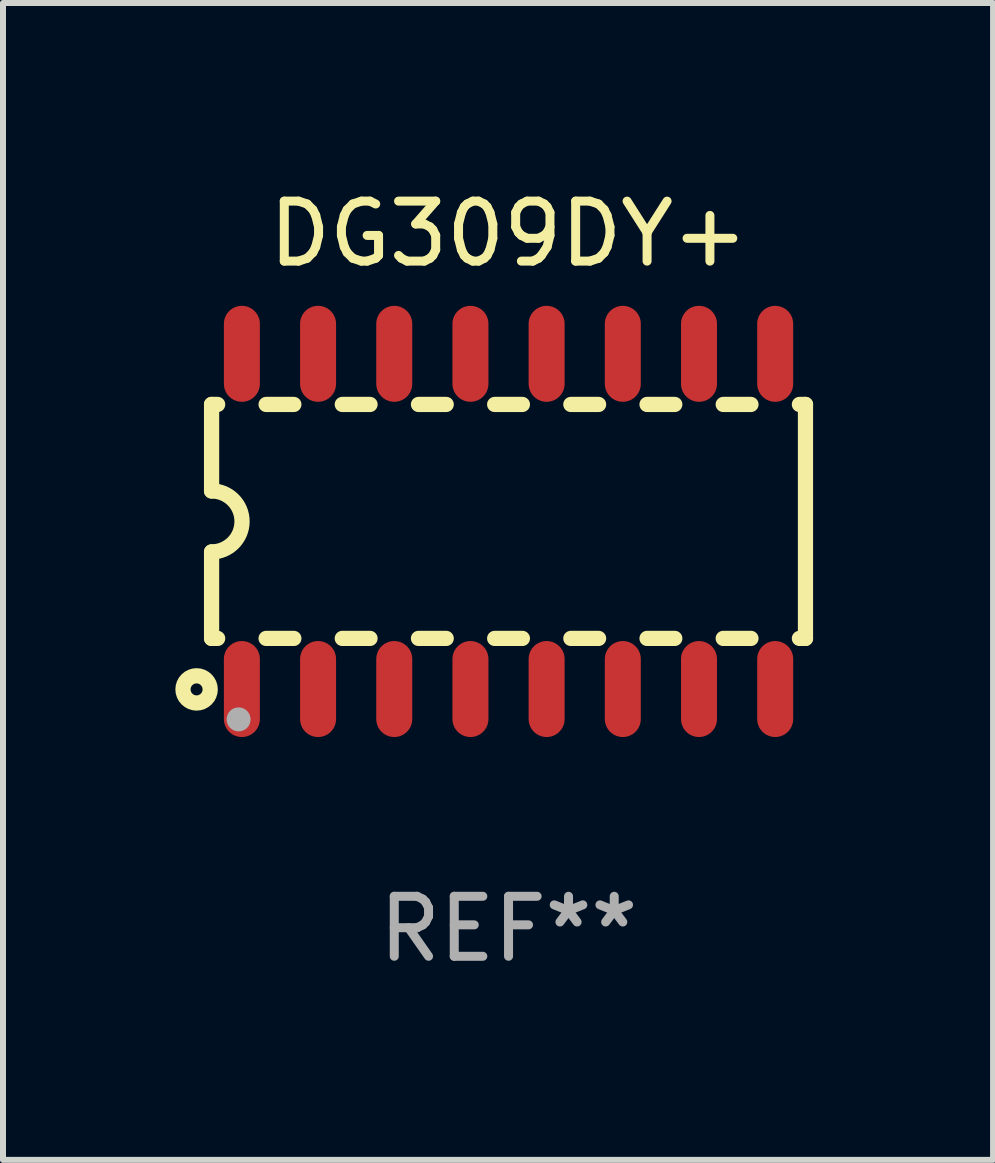
<source format=kicad_pcb>
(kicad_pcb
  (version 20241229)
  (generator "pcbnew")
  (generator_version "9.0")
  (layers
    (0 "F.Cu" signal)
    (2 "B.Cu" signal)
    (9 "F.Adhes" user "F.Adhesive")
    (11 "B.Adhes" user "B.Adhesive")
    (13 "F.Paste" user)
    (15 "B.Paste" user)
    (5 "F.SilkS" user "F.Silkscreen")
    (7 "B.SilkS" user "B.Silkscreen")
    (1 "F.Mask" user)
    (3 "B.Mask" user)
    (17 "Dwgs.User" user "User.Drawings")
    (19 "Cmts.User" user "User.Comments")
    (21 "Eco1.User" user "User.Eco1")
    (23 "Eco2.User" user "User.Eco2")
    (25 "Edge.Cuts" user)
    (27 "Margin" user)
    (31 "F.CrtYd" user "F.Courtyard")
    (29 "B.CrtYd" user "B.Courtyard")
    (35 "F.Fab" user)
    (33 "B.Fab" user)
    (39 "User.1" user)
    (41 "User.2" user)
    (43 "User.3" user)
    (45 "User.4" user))
  (footprint "DG309DY+"
    (layer "F.Cu")
    (at 5.427 5.642)
    (property "Reference" "DG309DY+" (at 0 -4.794 0) (layer "F.SilkS") (effects (font (size 1 1) (thickness 0.15))))
    (attr through_hole)
    (fp_line (start -4.95 -1.95) (end -4.95 -0.508) (stroke (width 0.254) (type solid)) (layer "F.SilkS"))
    (fp_line (start -4.95 -1.95) (end -4.849 -1.95) (stroke (width 0.254) (type solid)) (layer "F.SilkS"))
    (fp_line (start -4.95 1.95) (end -4.95 0.508) (stroke (width 0.254) (type solid)) (layer "F.SilkS"))
    (fp_line (start -4.95 1.95) (end -4.849 1.95) (stroke (width 0.254) (type solid)) (layer "F.SilkS"))
    (fp_line (start -4.041 -1.95) (end -3.579 -1.95) (stroke (width 0.254) (type solid)) (layer "F.SilkS"))
    (fp_line (start -4.041 1.95) (end -3.579 1.95) (stroke (width 0.254) (type solid)) (layer "F.SilkS"))
    (fp_line (start -2.771 -1.95) (end -2.309 -1.95) (stroke (width 0.254) (type solid)) (layer "F.SilkS"))
    (fp_line (start -2.771 1.95) (end -2.309 1.95) (stroke (width 0.254) (type solid)) (layer "F.SilkS"))
    (fp_line (start -1.501 -1.95) (end -1.039 -1.95) (stroke (width 0.254) (type solid)) (layer "F.SilkS"))
    (fp_line (start -1.501 1.95) (end -1.039 1.95) (stroke (width 0.254) (type solid)) (layer "F.SilkS"))
    (fp_line (start -0.231 -1.95) (end 0.231 -1.95) (stroke (width 0.254) (type solid)) (layer "F.SilkS"))
    (fp_line (start -0.231 1.95) (end 0.231 1.95) (stroke (width 0.254) (type solid)) (layer "F.SilkS"))
    (fp_line (start 1.039 -1.95) (end 1.501 -1.95) (stroke (width 0.254) (type solid)) (layer "F.SilkS"))
    (fp_line (start 1.039 1.95) (end 1.501 1.95) (stroke (width 0.254) (type solid)) (layer "F.SilkS"))
    (fp_line (start 2.309 -1.95) (end 2.771 -1.95) (stroke (width 0.254) (type solid)) (layer "F.SilkS"))
    (fp_line (start 2.309 1.95) (end 2.771 1.95) (stroke (width 0.254) (type solid)) (layer "F.SilkS"))
    (fp_line (start 3.579 -1.95) (end 4.041 -1.95) (stroke (width 0.254) (type solid)) (layer "F.SilkS"))
    (fp_line (start 3.579 1.95) (end 4.041 1.95) (stroke (width 0.254) (type solid)) (layer "F.SilkS"))
    (fp_line (start 4.849 -1.95) (end 4.95 -1.95) (stroke (width 0.254) (type solid)) (layer "F.SilkS"))
    (fp_line (start 4.849 1.95) (end 4.95 1.95) (stroke (width 0.254) (type solid)) (layer "F.SilkS"))
    (fp_line (start 4.95 -1.95) (end 4.95 1.95) (stroke (width 0.254) (type solid)) (layer "F.SilkS"))
    (fp_arc (start -4.95047 -0.508001) (mid -4.442469 -0.000228) (end -4.950013 0.508001) (stroke (width 0.254001) (type solid)) (layer "F.SilkS"))
    (fp_circle (center -5.2 2.8) (end -5.1 2.8) (stroke (width 0.254) (type solid)) (fill no) (layer "F.SilkS"))
    (fp_circle (center -4.95 2.947) (end -4.92 2.947) (stroke (width 0.06) (type solid)) (fill no) (layer "F.SilkS"))
    (fp_circle (center -4.5 3.3) (end -4.4 3.3) (stroke (width 0.2) (type solid)) (fill no) (layer "F.Fab"))
    (fp_text user "REF**" (at 0 6.794 0) (layer "F.Fab") (effects (font (size 1 1) (thickness 0.15))))
    (pad "1" smd oval (at -4.445 2.794) (size 0.6 1.6) (layers "F.Cu" "F.Mask" "F.Paste"))
    (pad "2" smd oval (at -3.175 2.794) (size 0.6 1.6) (layers "F.Cu" "F.Mask" "F.Paste"))
    (pad "3" smd oval (at -1.905 2.794) (size 0.6 1.6) (layers "F.Cu" "F.Mask" "F.Paste"))
    (pad "4" smd oval (at -0.635 2.794) (size 0.6 1.6) (layers "F.Cu" "F.Mask" "F.Paste"))
    (pad "5" smd oval (at 0.635 2.794) (size 0.6 1.6) (layers "F.Cu" "F.Mask" "F.Paste"))
    (pad "6" smd oval (at 1.905 2.794) (size 0.6 1.6) (layers "F.Cu" "F.Mask" "F.Paste"))
    (pad "7" smd oval (at 3.175 2.794) (size 0.6 1.6) (layers "F.Cu" "F.Mask" "F.Paste"))
    (pad "8" smd oval (at 4.445 2.794) (size 0.6 1.6) (layers "F.Cu" "F.Mask" "F.Paste"))
    (pad "9" smd oval (at 4.445 -2.794) (size 0.6 1.6) (layers "F.Cu" "F.Mask" "F.Paste"))
    (pad "10" smd oval (at 3.175 -2.794) (size 0.6 1.6) (layers "F.Cu" "F.Mask" "F.Paste"))
    (pad "11" smd oval (at 1.905 -2.794) (size 0.6 1.6) (layers "F.Cu" "F.Mask" "F.Paste"))
    (pad "12" smd oval (at 0.635 -2.794) (size 0.6 1.6) (layers "F.Cu" "F.Mask" "F.Paste"))
    (pad "13" smd oval (at -0.635 -2.794) (size 0.6 1.6) (layers "F.Cu" "F.Mask" "F.Paste"))
    (pad "14" smd oval (at -1.905 -2.794) (size 0.6 1.6) (layers "F.Cu" "F.Mask" "F.Paste"))
    (pad "15" smd oval (at -3.175 -2.794) (size 0.6 1.6) (layers "F.Cu" "F.Mask" "F.Paste"))
    (pad "16" smd oval (at -4.445 -2.794) (size 0.6 1.6) (layers "F.Cu" "F.Mask" "F.Paste")))
  (gr_rect
    (start -3 -3)
    (end 13.504 16.285)
    (stroke (width 0.1) (type default))
    (fill no)
    (layer "Edge.Cuts")))
</source>
